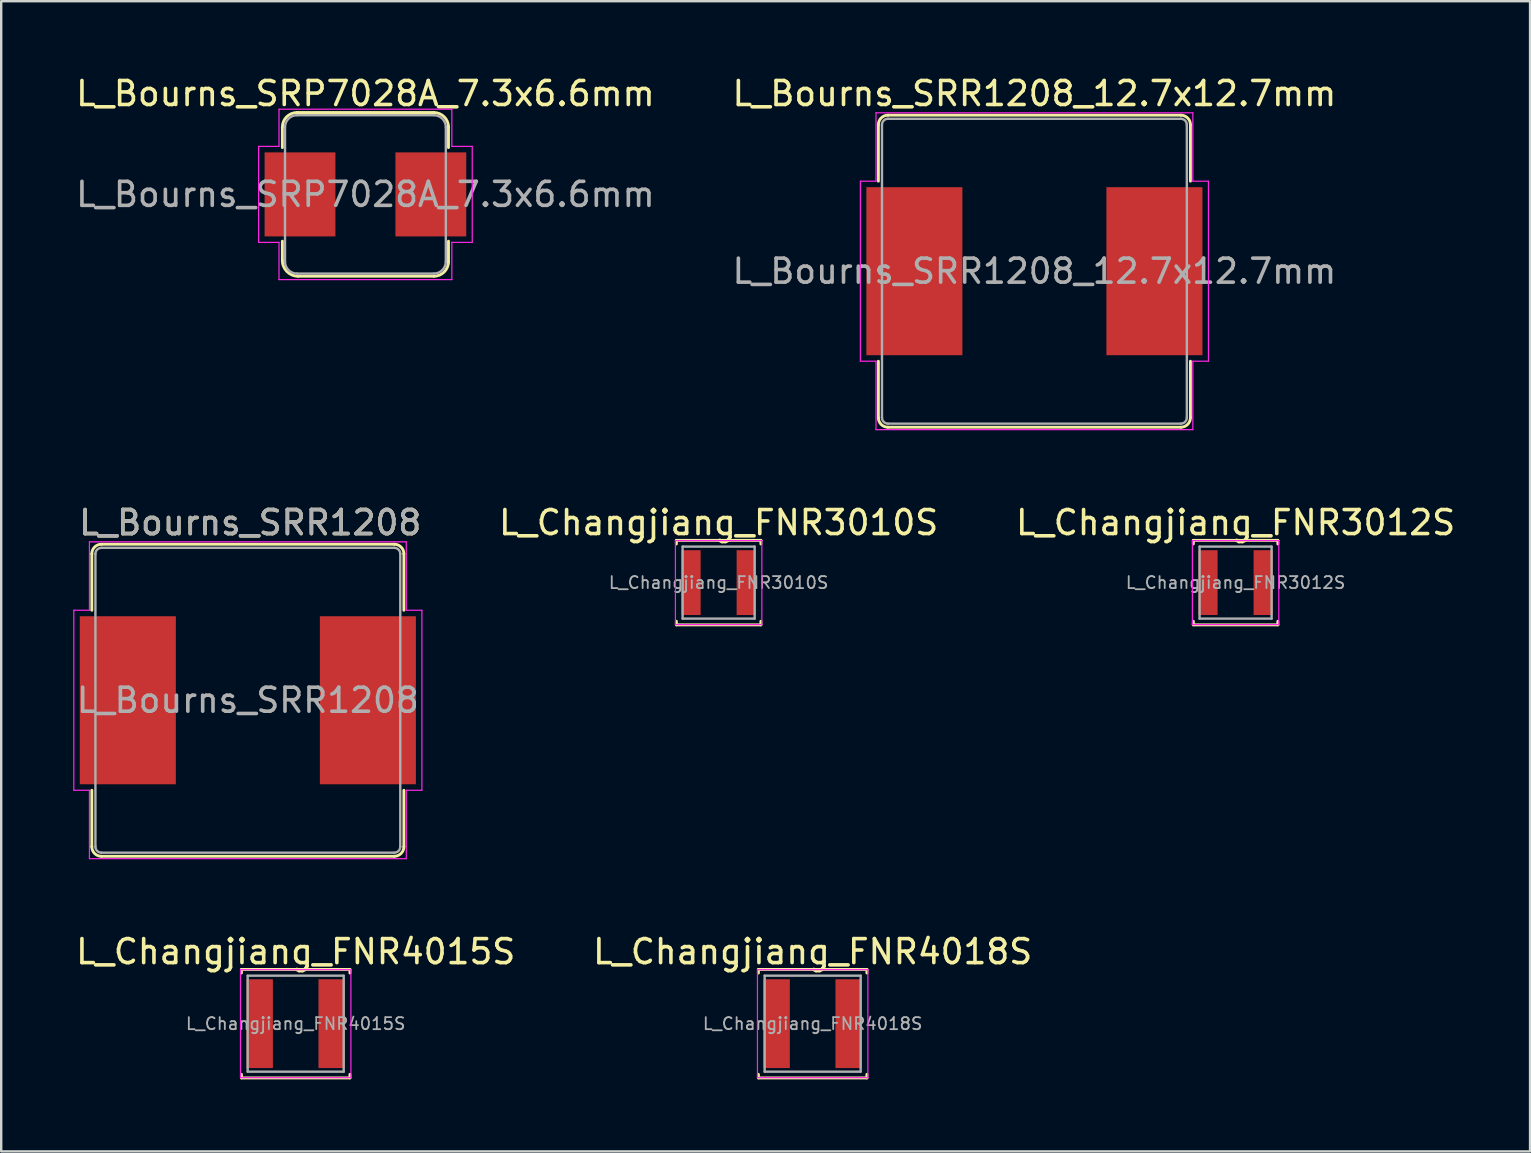
<source format=kicad_pcb>
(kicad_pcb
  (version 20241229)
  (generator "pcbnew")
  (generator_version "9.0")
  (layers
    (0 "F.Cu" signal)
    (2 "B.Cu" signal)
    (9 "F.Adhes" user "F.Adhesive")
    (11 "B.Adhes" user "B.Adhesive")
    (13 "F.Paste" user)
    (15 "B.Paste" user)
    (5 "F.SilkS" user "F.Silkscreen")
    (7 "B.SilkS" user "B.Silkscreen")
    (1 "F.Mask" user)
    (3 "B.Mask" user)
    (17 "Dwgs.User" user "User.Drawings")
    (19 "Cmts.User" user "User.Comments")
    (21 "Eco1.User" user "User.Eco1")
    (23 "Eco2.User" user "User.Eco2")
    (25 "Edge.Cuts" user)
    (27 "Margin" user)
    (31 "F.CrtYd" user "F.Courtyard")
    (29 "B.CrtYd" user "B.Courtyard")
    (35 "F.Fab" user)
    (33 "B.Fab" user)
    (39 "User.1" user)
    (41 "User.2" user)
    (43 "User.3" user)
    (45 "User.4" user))
  (footprint "L_Changjiang_FNR3010S"
    (layer "F.Cu")
    (at 26.887 21.221)
    (property "Reference" "L_Changjiang_FNR3010S" (at 0 -2.5 0) (layer "F.SilkS") (effects (font (size 1 1) (thickness 0.15))))
    (attr smd)
    (fp_line (start -1.76 -1.76) (end -1.76 -1.61) (stroke (width 0.12) (type solid)) (layer "F.SilkS"))
    (fp_line (start -1.76 -1.76) (end 1.76 -1.76) (stroke (width 0.12) (type solid)) (layer "F.SilkS"))
    (fp_line (start -1.76 1.76) (end -1.76 1.61) (stroke (width 0.12) (type solid)) (layer "F.SilkS"))
    (fp_line (start -1.76 1.76) (end 1.76 1.76) (stroke (width 0.12) (type solid)) (layer "F.SilkS"))
    (fp_line (start 1.76 -1.76) (end 1.76 -1.61) (stroke (width 0.12) (type solid)) (layer "F.SilkS"))
    (fp_line (start 1.76 1.76) (end 1.76 1.61) (stroke (width 0.12) (type solid)) (layer "F.SilkS"))
    (fp_line (start -1.8 -1.75) (end -1.8 1.75) (stroke (width 0.05) (type solid)) (layer "F.CrtYd"))
    (fp_line (start -1.8 1.75) (end 1.8 1.75) (stroke (width 0.05) (type solid)) (layer "F.CrtYd"))
    (fp_line (start 1.8 -1.75) (end -1.8 -1.75) (stroke (width 0.05) (type solid)) (layer "F.CrtYd"))
    (fp_line (start 1.8 1.75) (end 1.8 -1.75) (stroke (width 0.05) (type solid)) (layer "F.CrtYd"))
    (fp_line (start -1.5 -1.5) (end -1.5 1.5) (stroke (width 0.1) (type solid)) (layer "F.Fab"))
    (fp_line (start -1.5 1.5) (end 1.5 1.5) (stroke (width 0.1) (type solid)) (layer "F.Fab"))
    (fp_line (start 1.5 -1.5) (end -1.5 -1.5) (stroke (width 0.1) (type solid)) (layer "F.Fab"))
    (fp_line (start 1.5 1.5) (end 1.5 -1.5) (stroke (width 0.1) (type solid)) (layer "F.Fab"))
    (fp_text user "${REFERENCE}" (at 0 0 0) (layer "F.Fab") (effects (font (size 0.5 0.5) (thickness 0.075))))
    (pad "1" smd rect (at -1.15 0) (size 0.8 2.7) (layers "F.Cu" "F.Mask" "F.Paste"))
    (pad "2" smd rect (at 1.15 0) (size 0.8 2.7) (layers "F.Cu" "F.Mask" "F.Paste")))
  (footprint "L_Changjiang_FNR4015S"
    (layer "F.Cu")
    (at 9.268 39.595)
    (property "Reference" "L_Changjiang_FNR4015S" (at 0 -3 0) (layer "F.SilkS") (effects (font (size 1 1) (thickness 0.15))))
    (attr smd)
    (fp_line (start -2.26 -2.26) (end -2.26 -2.11) (stroke (width 0.12) (type solid)) (layer "F.SilkS"))
    (fp_line (start -2.26 -2.26) (end 2.26 -2.26) (stroke (width 0.12) (type solid)) (layer "F.SilkS"))
    (fp_line (start -2.26 2.26) (end -2.26 2.11) (stroke (width 0.12) (type solid)) (layer "F.SilkS"))
    (fp_line (start -2.26 2.26) (end 2.26 2.26) (stroke (width 0.12) (type solid)) (layer "F.SilkS"))
    (fp_line (start 2.26 -2.26) (end 2.26 -2.11) (stroke (width 0.12) (type solid)) (layer "F.SilkS"))
    (fp_line (start 2.26 2.26) (end 2.26 2.11) (stroke (width 0.12) (type solid)) (layer "F.SilkS"))
    (fp_line (start -2.3 -2.25) (end -2.3 2.25) (stroke (width 0.05) (type solid)) (layer "F.CrtYd"))
    (fp_line (start -2.3 2.25) (end 2.3 2.25) (stroke (width 0.05) (type solid)) (layer "F.CrtYd"))
    (fp_line (start 2.3 -2.25) (end -2.3 -2.25) (stroke (width 0.05) (type solid)) (layer "F.CrtYd"))
    (fp_line (start 2.3 2.25) (end 2.3 -2.25) (stroke (width 0.05) (type solid)) (layer "F.CrtYd"))
    (fp_line (start -2 -2) (end -2 2) (stroke (width 0.1) (type solid)) (layer "F.Fab"))
    (fp_line (start -2 2) (end 2 2) (stroke (width 0.1) (type solid)) (layer "F.Fab"))
    (fp_line (start 2 -2) (end -2 -2) (stroke (width 0.1) (type solid)) (layer "F.Fab"))
    (fp_line (start 2 2) (end 2 -2) (stroke (width 0.1) (type solid)) (layer "F.Fab"))
    (fp_text user "${REFERENCE}" (at 0 0 0) (layer "F.Fab") (effects (font (size 0.5 0.5) (thickness 0.075))))
    (pad "1" smd rect (at -1.5 0) (size 1.1 3.7) (layers "F.Cu" "F.Mask" "F.Paste"))
    (pad "2" smd rect (at 1.5 0) (size 1.1 3.7) (layers "F.Cu" "F.Mask" "F.Paste")))
  (footprint "L_Changjiang_FNR4018S"
    (layer "F.Cu")
    (at 30.804 39.595)
    (property "Reference" "L_Changjiang_FNR4018S" (at 0 -3 0) (layer "F.SilkS") (effects (font (size 1 1) (thickness 0.15))))
    (attr smd)
    (fp_line (start -2.26 -2.26) (end -2.26 -2.11) (stroke (width 0.12) (type solid)) (layer "F.SilkS"))
    (fp_line (start -2.26 -2.26) (end 2.26 -2.26) (stroke (width 0.12) (type solid)) (layer "F.SilkS"))
    (fp_line (start -2.26 2.26) (end -2.26 2.11) (stroke (width 0.12) (type solid)) (layer "F.SilkS"))
    (fp_line (start -2.26 2.26) (end 2.26 2.26) (stroke (width 0.12) (type solid)) (layer "F.SilkS"))
    (fp_line (start 2.26 -2.26) (end 2.26 -2.11) (stroke (width 0.12) (type solid)) (layer "F.SilkS"))
    (fp_line (start 2.26 2.26) (end 2.26 2.11) (stroke (width 0.12) (type solid)) (layer "F.SilkS"))
    (fp_line (start -2.3 -2.25) (end -2.3 2.25) (stroke (width 0.05) (type solid)) (layer "F.CrtYd"))
    (fp_line (start -2.3 2.25) (end 2.3 2.25) (stroke (width 0.05) (type solid)) (layer "F.CrtYd"))
    (fp_line (start 2.3 -2.25) (end -2.3 -2.25) (stroke (width 0.05) (type solid)) (layer "F.CrtYd"))
    (fp_line (start 2.3 2.25) (end 2.3 -2.25) (stroke (width 0.05) (type solid)) (layer "F.CrtYd"))
    (fp_line (start -2 -2) (end -2 2) (stroke (width 0.1) (type solid)) (layer "F.Fab"))
    (fp_line (start -2 2) (end 2 2) (stroke (width 0.1) (type solid)) (layer "F.Fab"))
    (fp_line (start 2 -2) (end -2 -2) (stroke (width 0.1) (type solid)) (layer "F.Fab"))
    (fp_line (start 2 2) (end 2 -2) (stroke (width 0.1) (type solid)) (layer "F.Fab"))
    (fp_text user "${REFERENCE}" (at 0 0 0) (layer "F.Fab") (effects (font (size 0.5 0.5) (thickness 0.075))))
    (pad "1" smd rect (at -1.5 0) (size 1.1 3.7) (layers "F.Cu" "F.Mask" "F.Paste"))
    (pad "2" smd rect (at 1.5 0) (size 1.1 3.7) (layers "F.Cu" "F.Mask" "F.Paste")))
  (footprint "L_Bourns_SRR1208_12.7x12.7mm"
    (layer "F.Cu")
    (at 40.042 8.248)
    (property "Reference" "L_Bourns_SRR1208_12.7x12.7mm" (at 0 -7.4 0) (layer "F.SilkS") (effects (font (size 1 1) (thickness 0.15))))
    (attr smd)
    (fp_line (start -6.5 -6.1) (end -6.5 -3.75) (stroke (width 0.12) (type solid)) (layer "F.SilkS"))
    (fp_line (start -6.5 3.75) (end -6.5 6.1) (stroke (width 0.12) (type solid)) (layer "F.SilkS"))
    (fp_line (start -6.1 -6.5) (end 6.1 -6.5) (stroke (width 0.12) (type solid)) (layer "F.SilkS"))
    (fp_line (start 6.1 6.5) (end -6.1 6.5) (stroke (width 0.12) (type solid)) (layer "F.SilkS"))
    (fp_line (start 6.5 -6.1) (end 6.5 -3.75) (stroke (width 0.12) (type solid)) (layer "F.SilkS"))
    (fp_line (start 6.5 3.75) (end 6.5 6.1) (stroke (width 0.12) (type solid)) (layer "F.SilkS"))
    (fp_arc (start -6.5 -6.1) (mid -6.382843 -6.382843) (end -6.1 -6.5) (stroke (width 0.12) (type solid)) (layer "F.SilkS"))
    (fp_arc (start -6.1 6.5) (mid -6.382843 6.382843) (end -6.5 6.1) (stroke (width 0.12) (type solid)) (layer "F.SilkS"))
    (fp_arc (start 6.1 -6.5) (mid 6.382843 -6.382843) (end 6.5 -6.1) (stroke (width 0.12) (type solid)) (layer "F.SilkS"))
    (fp_arc (start 6.5 6.1) (mid 6.382843 6.382843) (end 6.1 6.5) (stroke (width 0.12) (type solid)) (layer "F.SilkS"))
    (fp_line (start -7.25 -3.75) (end -7.25 3.75) (stroke (width 0.05) (type solid)) (layer "F.CrtYd"))
    (fp_line (start -7.25 -3.75) (end -6.6 -3.75) (stroke (width 0.05) (type solid)) (layer "F.CrtYd"))
    (fp_line (start -6.6 -6.6) (end -6.6 -3.75) (stroke (width 0.05) (type solid)) (layer "F.CrtYd"))
    (fp_line (start -6.6 -6.6) (end 6.6 -6.6) (stroke (width 0.05) (type solid)) (layer "F.CrtYd"))
    (fp_line (start -6.6 3.75) (end -7.25 3.75) (stroke (width 0.05) (type solid)) (layer "F.CrtYd"))
    (fp_line (start -6.6 6.6) (end -6.6 3.75) (stroke (width 0.05) (type solid)) (layer "F.CrtYd"))
    (fp_line (start 6.6 -6.6) (end 6.6 -3.75) (stroke (width 0.05) (type solid)) (layer "F.CrtYd"))
    (fp_line (start 6.6 3.75) (end 6.6 6.6) (stroke (width 0.05) (type solid)) (layer "F.CrtYd"))
    (fp_line (start 6.6 6.6) (end -6.6 6.6) (stroke (width 0.05) (type solid)) (layer "F.CrtYd"))
    (fp_line (start 7.25 -3.75) (end 6.6 -3.75) (stroke (width 0.05) (type solid)) (layer "F.CrtYd"))
    (fp_line (start 7.25 -3.75) (end 7.25 3.75) (stroke (width 0.05) (type solid)) (layer "F.CrtYd"))
    (fp_line (start 7.25 3.75) (end 6.6 3.75) (stroke (width 0.05) (type solid)) (layer "F.CrtYd"))
    (fp_line (start -6.35 -6.1) (end -6.35 6.1) (stroke (width 0.1) (type solid)) (layer "F.Fab"))
    (fp_line (start -6.1 -6.35) (end 6.1 -6.35) (stroke (width 0.1) (type solid)) (layer "F.Fab"))
    (fp_line (start 6.1 6.35) (end -6.1 6.35) (stroke (width 0.1) (type solid)) (layer "F.Fab"))
    (fp_line (start 6.35 -6.1) (end 6.35 6.1) (stroke (width 0.1) (type solid)) (layer "F.Fab"))
    (fp_arc (start -6.35 -6.1) (mid -6.276777 -6.276777) (end -6.1 -6.35) (stroke (width 0.1) (type solid)) (layer "F.Fab"))
    (fp_arc (start -6.1 6.35) (mid -6.276777 6.276777) (end -6.35 6.1) (stroke (width 0.1) (type solid)) (layer "F.Fab"))
    (fp_arc (start 6.1 -6.35) (mid 6.276777 -6.276777) (end 6.35 -6.1) (stroke (width 0.1) (type solid)) (layer "F.Fab"))
    (fp_arc (start 6.35 6.1) (mid 6.276777 6.276777) (end 6.1 6.35) (stroke (width 0.1) (type solid)) (layer "F.Fab"))
    (fp_text user "${REFERENCE}" (at 0 0 0) (layer "F.Fab") (effects (font (size 1 1) (thickness 0.15))))
    (pad "1" smd rect (at -5 0) (size 4 7) (layers "F.Cu" "F.Mask" "F.Paste"))
    (pad "2" smd rect (at 5 0) (size 4 7) (layers "F.Cu" "F.Mask" "F.Paste")))
  (footprint "L_Changjiang_FNR3012S"
    (layer "F.Cu")
    (at 48.423 21.221)
    (property "Reference" "L_Changjiang_FNR3012S" (at 0 -2.5 0) (layer "F.SilkS") (effects (font (size 1 1) (thickness 0.15))))
    (attr smd)
    (fp_line (start -1.76 -1.76) (end -1.76 -1.61) (stroke (width 0.12) (type solid)) (layer "F.SilkS"))
    (fp_line (start -1.76 -1.76) (end 1.76 -1.76) (stroke (width 0.12) (type solid)) (layer "F.SilkS"))
    (fp_line (start -1.76 1.76) (end -1.76 1.61) (stroke (width 0.12) (type solid)) (layer "F.SilkS"))
    (fp_line (start -1.76 1.76) (end 1.76 1.76) (stroke (width 0.12) (type solid)) (layer "F.SilkS"))
    (fp_line (start 1.76 -1.76) (end 1.76 -1.61) (stroke (width 0.12) (type solid)) (layer "F.SilkS"))
    (fp_line (start 1.76 1.76) (end 1.76 1.61) (stroke (width 0.12) (type solid)) (layer "F.SilkS"))
    (fp_line (start -1.8 -1.75) (end -1.8 1.75) (stroke (width 0.05) (type solid)) (layer "F.CrtYd"))
    (fp_line (start -1.8 1.75) (end 1.8 1.75) (stroke (width 0.05) (type solid)) (layer "F.CrtYd"))
    (fp_line (start 1.8 -1.75) (end -1.8 -1.75) (stroke (width 0.05) (type solid)) (layer "F.CrtYd"))
    (fp_line (start 1.8 1.75) (end 1.8 -1.75) (stroke (width 0.05) (type solid)) (layer "F.CrtYd"))
    (fp_line (start -1.5 -1.5) (end -1.5 1.5) (stroke (width 0.1) (type solid)) (layer "F.Fab"))
    (fp_line (start -1.5 1.5) (end 1.5 1.5) (stroke (width 0.1) (type solid)) (layer "F.Fab"))
    (fp_line (start 1.5 -1.5) (end -1.5 -1.5) (stroke (width 0.1) (type solid)) (layer "F.Fab"))
    (fp_line (start 1.5 1.5) (end 1.5 -1.5) (stroke (width 0.1) (type solid)) (layer "F.Fab"))
    (fp_text user "${REFERENCE}" (at 0 0 0) (layer "F.Fab") (effects (font (size 0.5 0.5) (thickness 0.075))))
    (pad "1" smd rect (at -1.15 0) (size 0.8 2.7) (layers "F.Cu" "F.Mask" "F.Paste"))
    (pad "2" smd rect (at 1.15 0) (size 0.8 2.7) (layers "F.Cu" "F.Mask" "F.Paste")))
  (footprint "L_Bourns_SRR1208"
    (layer "F.Cu")
    (at 7.275 26.122)
    (property "Reference" "L_Bourns_SRR1208" (at 0.1 -7.4 0) (layer "F.SilkS") (effects (font (size 1 1) (thickness 0.15))))
    (attr smd)
    (fp_line (start -6.5 -6.1) (end -6.5 -3.75) (stroke (width 0.12) (type solid)) (layer "F.SilkS"))
    (fp_line (start -6.5 3.75) (end -6.5 6.1) (stroke (width 0.12) (type solid)) (layer "F.SilkS"))
    (fp_line (start -6.1 -6.5) (end 6.1 -6.5) (stroke (width 0.12) (type solid)) (layer "F.SilkS"))
    (fp_line (start 6.1 6.5) (end -6.1 6.5) (stroke (width 0.12) (type solid)) (layer "F.SilkS"))
    (fp_line (start 6.5 -6.1) (end 6.5 -3.75) (stroke (width 0.12) (type solid)) (layer "F.SilkS"))
    (fp_line (start 6.5 3.75) (end 6.5 6.1) (stroke (width 0.12) (type solid)) (layer "F.SilkS"))
    (fp_arc (start -6.5 -6.1) (mid -6.382843 -6.382843) (end -6.1 -6.5) (stroke (width 0.12) (type solid)) (layer "F.SilkS"))
    (fp_arc (start -6.1 6.5) (mid -6.382843 6.382843) (end -6.5 6.1) (stroke (width 0.12) (type solid)) (layer "F.SilkS"))
    (fp_arc (start 6.1 -6.5) (mid 6.382843 -6.382843) (end 6.5 -6.1) (stroke (width 0.12) (type solid)) (layer "F.SilkS"))
    (fp_arc (start 6.5 6.1) (mid 6.382843 6.382843) (end 6.1 6.5) (stroke (width 0.12) (type solid)) (layer "F.SilkS"))
    (fp_line (start -7.25 -3.75) (end -7.25 3.75) (stroke (width 0.05) (type solid)) (layer "F.CrtYd"))
    (fp_line (start -7.25 -3.75) (end -6.6 -3.75) (stroke (width 0.05) (type solid)) (layer "F.CrtYd"))
    (fp_line (start -6.6 -6.6) (end -6.6 -3.75) (stroke (width 0.05) (type solid)) (layer "F.CrtYd"))
    (fp_line (start -6.6 -6.6) (end 6.6 -6.6) (stroke (width 0.05) (type solid)) (layer "F.CrtYd"))
    (fp_line (start -6.6 3.75) (end -7.25 3.75) (stroke (width 0.05) (type solid)) (layer "F.CrtYd"))
    (fp_line (start -6.6 6.6) (end -6.6 3.75) (stroke (width 0.05) (type solid)) (layer "F.CrtYd"))
    (fp_line (start 6.6 -6.6) (end 6.6 -3.75) (stroke (width 0.05) (type solid)) (layer "F.CrtYd"))
    (fp_line (start 6.6 3.75) (end 6.6 6.6) (stroke (width 0.05) (type solid)) (layer "F.CrtYd"))
    (fp_line (start 6.6 6.6) (end -6.6 6.6) (stroke (width 0.05) (type solid)) (layer "F.CrtYd"))
    (fp_line (start 7.25 -3.75) (end 6.6 -3.75) (stroke (width 0.05) (type solid)) (layer "F.CrtYd"))
    (fp_line (start 7.25 -3.75) (end 7.25 3.75) (stroke (width 0.05) (type solid)) (layer "F.CrtYd"))
    (fp_line (start 7.25 3.75) (end 6.6 3.75) (stroke (width 0.05) (type solid)) (layer "F.CrtYd"))
    (fp_line (start -6.35 -6.1) (end -6.35 6.1) (stroke (width 0.1) (type solid)) (layer "F.Fab"))
    (fp_line (start -6.1 -6.35) (end 6.1 -6.35) (stroke (width 0.1) (type solid)) (layer "F.Fab"))
    (fp_line (start 6.1 6.35) (end -6.1 6.35) (stroke (width 0.1) (type solid)) (layer "F.Fab"))
    (fp_line (start 6.35 -6.1) (end 6.35 6.1) (stroke (width 0.1) (type solid)) (layer "F.Fab"))
    (fp_arc (start -6.35 -6.1) (mid -6.276777 -6.276777) (end -6.1 -6.35) (stroke (width 0.1) (type solid)) (layer "F.Fab"))
    (fp_arc (start -6.1 6.35) (mid -6.276777 6.276777) (end -6.35 6.1) (stroke (width 0.1) (type solid)) (layer "F.Fab"))
    (fp_arc (start 6.1 -6.35) (mid 6.276777 -6.276777) (end 6.35 -6.1) (stroke (width 0.1) (type solid)) (layer "F.Fab"))
    (fp_arc (start 6.35 6.1) (mid 6.276777 6.276777) (end 6.1 6.35) (stroke (width 0.1) (type solid)) (layer "F.Fab"))
    (fp_text user "${REFERENCE}" (at 0.1 -7.4 0) (layer "F.Fab") (effects (font (size 1 1) (thickness 0.15))))
    (fp_text user "${REFERENCE}" (at 0 0 0) (layer "F.Fab") (effects (font (size 1 1) (thickness 0.15))))
    (pad "1" smd rect (at -5 0) (size 4 7) (layers "F.Cu" "F.Mask" "F.Paste"))
    (pad "2" smd rect (at 5 0) (size 4 7) (layers "F.Cu" "F.Mask" "F.Paste")))
  (footprint "L_Bourns_SRP7028A_7.3x6.6mm"
    (layer "F.Cu")
    (at 12.173 5.048)
    (property "Reference" "L_Bourns_SRP7028A_7.3x6.6mm" (at 0 -4.2 0) (layer "F.SilkS") (effects (font (size 1 1) (thickness 0.15))))
    (attr smd)
    (fp_line (start -3.46 -1.95) (end -3.46 -2.8) (stroke (width 0.12) (type solid)) (layer "F.SilkS"))
    (fp_line (start -3.46 2.75) (end -3.46 1.95) (stroke (width 0.12) (type solid)) (layer "F.SilkS"))
    (fp_line (start -2.85 -3.41) (end 2.85 -3.41) (stroke (width 0.12) (type solid)) (layer "F.SilkS"))
    (fp_line (start 2.85 3.41) (end -2.8 3.41) (stroke (width 0.12) (type solid)) (layer "F.SilkS"))
    (fp_line (start 3.46 -2.8) (end 3.46 -1.95) (stroke (width 0.12) (type solid)) (layer "F.SilkS"))
    (fp_line (start 3.46 1.95) (end 3.46 2.8) (stroke (width 0.12) (type solid)) (layer "F.SilkS"))
    (fp_arc (start -3.46 -2.8) (mid -3.281335 -3.231335) (end -2.85 -3.41) (stroke (width 0.12) (type solid)) (layer "F.SilkS"))
    (fp_arc (start -2.8 3.41) (mid -3.26669 3.21669) (end -3.46 2.75) (stroke (width 0.12) (type solid)) (layer "F.SilkS"))
    (fp_arc (start 2.85 -3.41) (mid 3.281335 -3.231335) (end 3.46 -2.8) (stroke (width 0.12) (type solid)) (layer "F.SilkS"))
    (fp_arc (start 3.46 2.8) (mid 3.281335 3.231335) (end 2.85 3.41) (stroke (width 0.12) (type solid)) (layer "F.SilkS"))
    (fp_line (start -4.45 -2) (end -3.6 -2) (stroke (width 0.05) (type solid)) (layer "F.CrtYd"))
    (fp_line (start -4.45 2) (end -4.45 -2) (stroke (width 0.05) (type solid)) (layer "F.CrtYd"))
    (fp_line (start -3.6 -3.55) (end 3.6 -3.55) (stroke (width 0.05) (type solid)) (layer "F.CrtYd"))
    (fp_line (start -3.6 -2) (end -3.6 -3.55) (stroke (width 0.05) (type solid)) (layer "F.CrtYd"))
    (fp_line (start -3.6 2) (end -4.45 2) (stroke (width 0.05) (type solid)) (layer "F.CrtYd"))
    (fp_line (start -3.6 3.55) (end -3.6 2) (stroke (width 0.05) (type solid)) (layer "F.CrtYd"))
    (fp_line (start 3.6 -3.55) (end 3.6 -2) (stroke (width 0.05) (type solid)) (layer "F.CrtYd"))
    (fp_line (start 3.6 -2) (end 4.45 -2) (stroke (width 0.05) (type solid)) (layer "F.CrtYd"))
    (fp_line (start 3.6 2) (end 3.6 3.55) (stroke (width 0.05) (type solid)) (layer "F.CrtYd"))
    (fp_line (start 3.6 3.55) (end -3.6 3.55) (stroke (width 0.05) (type solid)) (layer "F.CrtYd"))
    (fp_line (start 4.45 -2) (end 4.45 2) (stroke (width 0.05) (type solid)) (layer "F.CrtYd"))
    (fp_line (start 4.45 2) (end 3.6 2) (stroke (width 0.05) (type solid)) (layer "F.CrtYd"))
    (fp_line (start -3.35 2.8) (end -3.35 -2.8) (stroke (width 0.1) (type solid)) (layer "F.Fab"))
    (fp_line (start -2.85 -3.3) (end 2.85 -3.3) (stroke (width 0.1) (type solid)) (layer "F.Fab"))
    (fp_line (start 2.85 3.3) (end -2.85 3.3) (stroke (width 0.1) (type solid)) (layer "F.Fab"))
    (fp_line (start 3.35 -2.8) (end 3.35 2.8) (stroke (width 0.1) (type solid)) (layer "F.Fab"))
    (fp_arc (start -3.35 -2.8) (mid -3.203553 -3.153553) (end -2.85 -3.3) (stroke (width 0.1) (type solid)) (layer "F.Fab"))
    (fp_arc (start -2.85 3.3) (mid -3.203553 3.153553) (end -3.35 2.8) (stroke (width 0.1) (type solid)) (layer "F.Fab"))
    (fp_arc (start 2.85 -3.3) (mid 3.203553 -3.153553) (end 3.35 -2.8) (stroke (width 0.1) (type solid)) (layer "F.Fab"))
    (fp_arc (start 3.35 2.8) (mid 3.203553 3.153553) (end 2.85 3.3) (stroke (width 0.1) (type solid)) (layer "F.Fab"))
    (fp_text user "${REFERENCE}" (at 0 0 0) (layer "F.Fab") (effects (font (size 1 1) (thickness 0.15))))
    (pad "1" smd rect (at -2.725 0) (size 2.95 3.5) (layers "F.Cu" "F.Mask" "F.Paste"))
    (pad "2" smd rect (at 2.725 0) (size 2.95 3.5) (layers "F.Cu" "F.Mask" "F.Paste")))
  (gr_rect
    (start -3 -3)
    (end 60.69 44.915)
    (stroke (width 0.1) (type default))
    (fill no)
    (layer "Edge.Cuts")))
</source>
